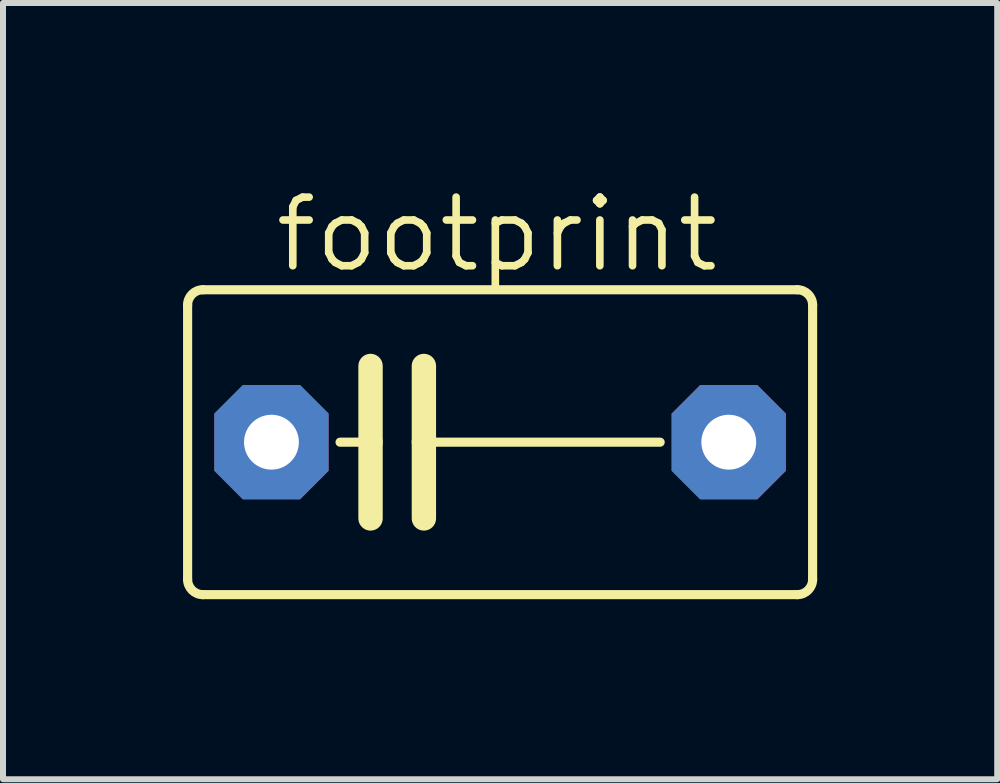
<source format=kicad_pcb>
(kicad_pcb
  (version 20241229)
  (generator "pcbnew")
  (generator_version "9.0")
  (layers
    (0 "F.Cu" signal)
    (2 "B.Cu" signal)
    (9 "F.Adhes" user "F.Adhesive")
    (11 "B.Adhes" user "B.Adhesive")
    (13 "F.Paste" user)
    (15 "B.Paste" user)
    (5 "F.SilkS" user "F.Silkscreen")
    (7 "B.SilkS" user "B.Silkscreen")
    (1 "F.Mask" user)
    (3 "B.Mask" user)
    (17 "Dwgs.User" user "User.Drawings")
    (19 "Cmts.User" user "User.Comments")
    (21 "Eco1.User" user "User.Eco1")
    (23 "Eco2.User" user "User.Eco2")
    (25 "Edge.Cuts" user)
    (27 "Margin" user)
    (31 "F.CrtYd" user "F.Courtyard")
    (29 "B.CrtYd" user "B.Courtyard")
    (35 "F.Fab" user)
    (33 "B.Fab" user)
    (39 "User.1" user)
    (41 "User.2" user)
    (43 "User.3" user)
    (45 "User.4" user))
  (footprint "footprint"
    (layer "F.Cu")
    (at 5.283 4.318)
    (property "Reference" "footprint" (at -3.81 -2.794 0) (layer "F.SilkS") (effects (font (size 1.143 1.143) (thickness 0.127)) (justify left bottom)))
    (fp_line (start -5.207 -2.286) (end -5.207 2.286) (stroke (width 0.152) (type solid)) (layer "F.SilkS"))
    (fp_line (start -4.953 2.54) (end 4.953 2.54) (stroke (width 0.152) (type solid)) (layer "F.SilkS"))
    (fp_line (start -2.667 0) (end -2.159 0) (stroke (width 0.152) (type solid)) (layer "F.SilkS"))
    (fp_line (start -2.159 -1.27) (end -2.159 0) (stroke (width 0.406) (type solid)) (layer "F.SilkS"))
    (fp_line (start -2.159 0) (end -2.159 1.27) (stroke (width 0.406) (type solid)) (layer "F.SilkS"))
    (fp_line (start -1.27 -1.27) (end -1.27 0) (stroke (width 0.406) (type solid)) (layer "F.SilkS"))
    (fp_line (start -1.27 0) (end -1.27 1.27) (stroke (width 0.406) (type solid)) (layer "F.SilkS"))
    (fp_line (start -1.27 0) (end 2.667 0) (stroke (width 0.152) (type solid)) (layer "F.SilkS"))
    (fp_line (start 4.953 -2.54) (end -4.953 -2.54) (stroke (width 0.152) (type solid)) (layer "F.SilkS"))
    (fp_line (start 5.207 2.286) (end 5.207 -2.286) (stroke (width 0.152) (type solid)) (layer "F.SilkS"))
    (fp_arc (start -5.207 -2.286) (mid -5.132605 -2.465605) (end -4.953 -2.54) (stroke (width 0.1524) (type solid)) (layer "F.SilkS"))
    (fp_arc (start -4.953 2.54) (mid -5.132605 2.465605) (end -5.207 2.286) (stroke (width 0.1524) (type solid)) (layer "F.SilkS"))
    (fp_arc (start 4.953 -2.54) (mid 5.132605 -2.465605) (end 5.207 -2.286) (stroke (width 0.1524) (type solid)) (layer "F.SilkS"))
    (fp_arc (start 5.207 2.286) (mid 5.132605 2.465605) (end 4.953 2.54) (stroke (width 0.1524) (type solid)) (layer "F.SilkS"))
    (pad "1" thru_hole roundrect (at -3.81 0) (size 1.905 1.905) (drill 0.914) (layers "*.Cu" "*.Mask") (roundrect_rratio 0.25) (chamfer_ratio 0.25) (chamfer top_left top_right bottom_left bottom_right))
    (pad "2" thru_hole roundrect (at 3.81 0) (size 1.905 1.905) (drill 0.914) (layers "*.Cu" "*.Mask") (roundrect_rratio 0.25) (chamfer_ratio 0.25) (chamfer top_left top_right bottom_left bottom_right)))
  (gr_rect
    (start -3 -3)
    (end 13.566 9.934)
    (stroke (width 0.1) (type default))
    (fill no)
    (layer "Edge.Cuts")))
</source>
